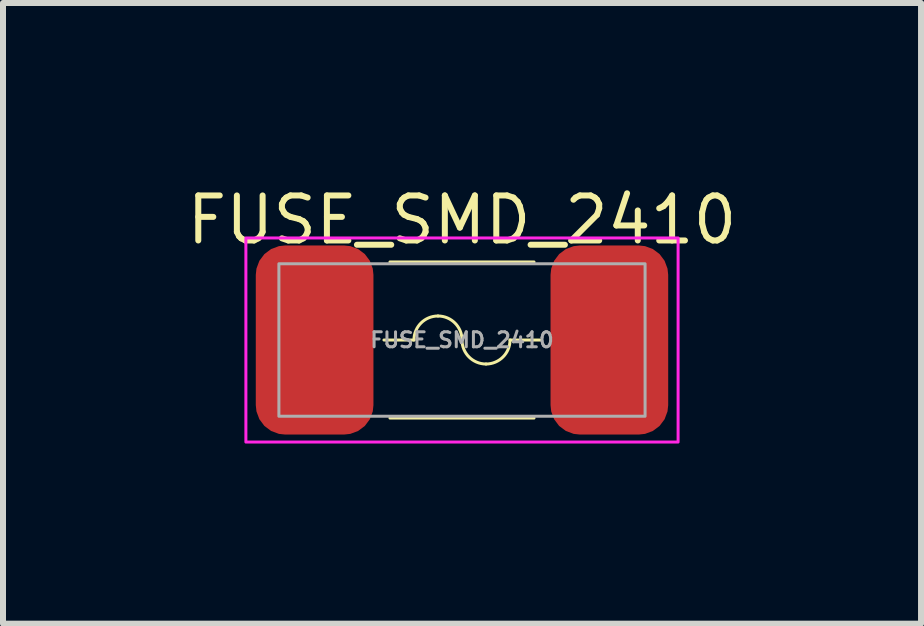
<source format=kicad_pcb>
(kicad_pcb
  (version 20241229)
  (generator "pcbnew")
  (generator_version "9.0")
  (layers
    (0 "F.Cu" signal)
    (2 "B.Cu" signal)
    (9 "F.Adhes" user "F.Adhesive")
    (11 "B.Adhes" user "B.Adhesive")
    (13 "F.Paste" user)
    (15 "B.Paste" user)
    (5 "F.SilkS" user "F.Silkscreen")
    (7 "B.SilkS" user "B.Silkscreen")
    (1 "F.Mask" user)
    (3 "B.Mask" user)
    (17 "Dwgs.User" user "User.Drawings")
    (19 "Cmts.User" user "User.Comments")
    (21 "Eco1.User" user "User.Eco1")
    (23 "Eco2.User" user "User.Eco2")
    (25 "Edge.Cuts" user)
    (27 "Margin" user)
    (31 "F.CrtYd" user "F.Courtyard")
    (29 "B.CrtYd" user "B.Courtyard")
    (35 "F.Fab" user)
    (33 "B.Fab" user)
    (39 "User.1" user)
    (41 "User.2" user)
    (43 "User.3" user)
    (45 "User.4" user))
  (footprint "FUSE_SMD_2410"
    (layer "F.Cu")
    (at 4.646 2.614)
    (property "Reference" "FUSE_SMD_2410" (at 0 -2 0) (unlocked yes) (layer "F.SilkS") (effects (font (size 0.75 0.75) (thickness 0.1))))
    (attr smd)
    (fp_line (start -1.3 0) (end -0.8 0.000001) (stroke (width 0.05) (type solid)) (layer "F.SilkS"))
    (fp_line (start -1.2 -1.3) (end 1.2 -1.3) (stroke (width 0.05) (type solid)) (layer "F.SilkS"))
    (fp_line (start -1.2 1.3) (end 1.2 1.3) (stroke (width 0.05) (type solid)) (layer "F.SilkS"))
    (fp_line (start 0.8 -0.000001) (end 1.3 0) (stroke (width 0.05) (type solid)) (layer "F.SilkS"))
    (fp_arc (start -0.799999 0.000001) (mid -0.682842 -0.282842) (end -0.399999 -0.399999) (stroke (width 0.05) (type solid)) (layer "F.SilkS"))
    (fp_arc (start -0.4 -0.4) (mid -0.117157 -0.282843) (end 0 0) (stroke (width 0.05) (type solid)) (layer "F.SilkS"))
    (fp_arc (start 0.4 0.4) (mid 0.117157 0.282843) (end 0 0) (stroke (width 0.05) (type solid)) (layer "F.SilkS"))
    (fp_arc (start 0.799999 -0.000001) (mid 0.682842 0.282842) (end 0.399999 0.399999) (stroke (width 0.05) (type solid)) (layer "F.SilkS"))
    (fp_rect (start -3.6 -1.7) (end 3.6 1.7) (stroke (width 0.05) (type solid)) (fill no) (layer "F.CrtYd"))
    (fp_rect (start -3.05 -1.27) (end 3.05 1.27) (stroke (width 0.05) (type solid)) (fill no) (layer "F.Fab"))
    (fp_text user "${REFERENCE}" (at 0 0 0) (unlocked yes) (layer "F.Fab") (effects (font (size 0.25 0.25) (thickness 0.05))))
    (pad "1" smd roundrect (at -2.455 0) (size 1.96 3.15) (layers "F.Cu" "F.Mask" "F.Paste") (roundrect_rratio 0.25))
    (pad "2" smd roundrect (at 2.455 0) (size 1.96 3.15) (layers "F.Cu" "F.Mask" "F.Paste") (roundrect_rratio 0.25)))
  (gr_rect
    (start -3 -3)
    (end 12.293 7.339)
    (stroke (width 0.1) (type default))
    (fill no)
    (layer "Edge.Cuts")))
</source>
